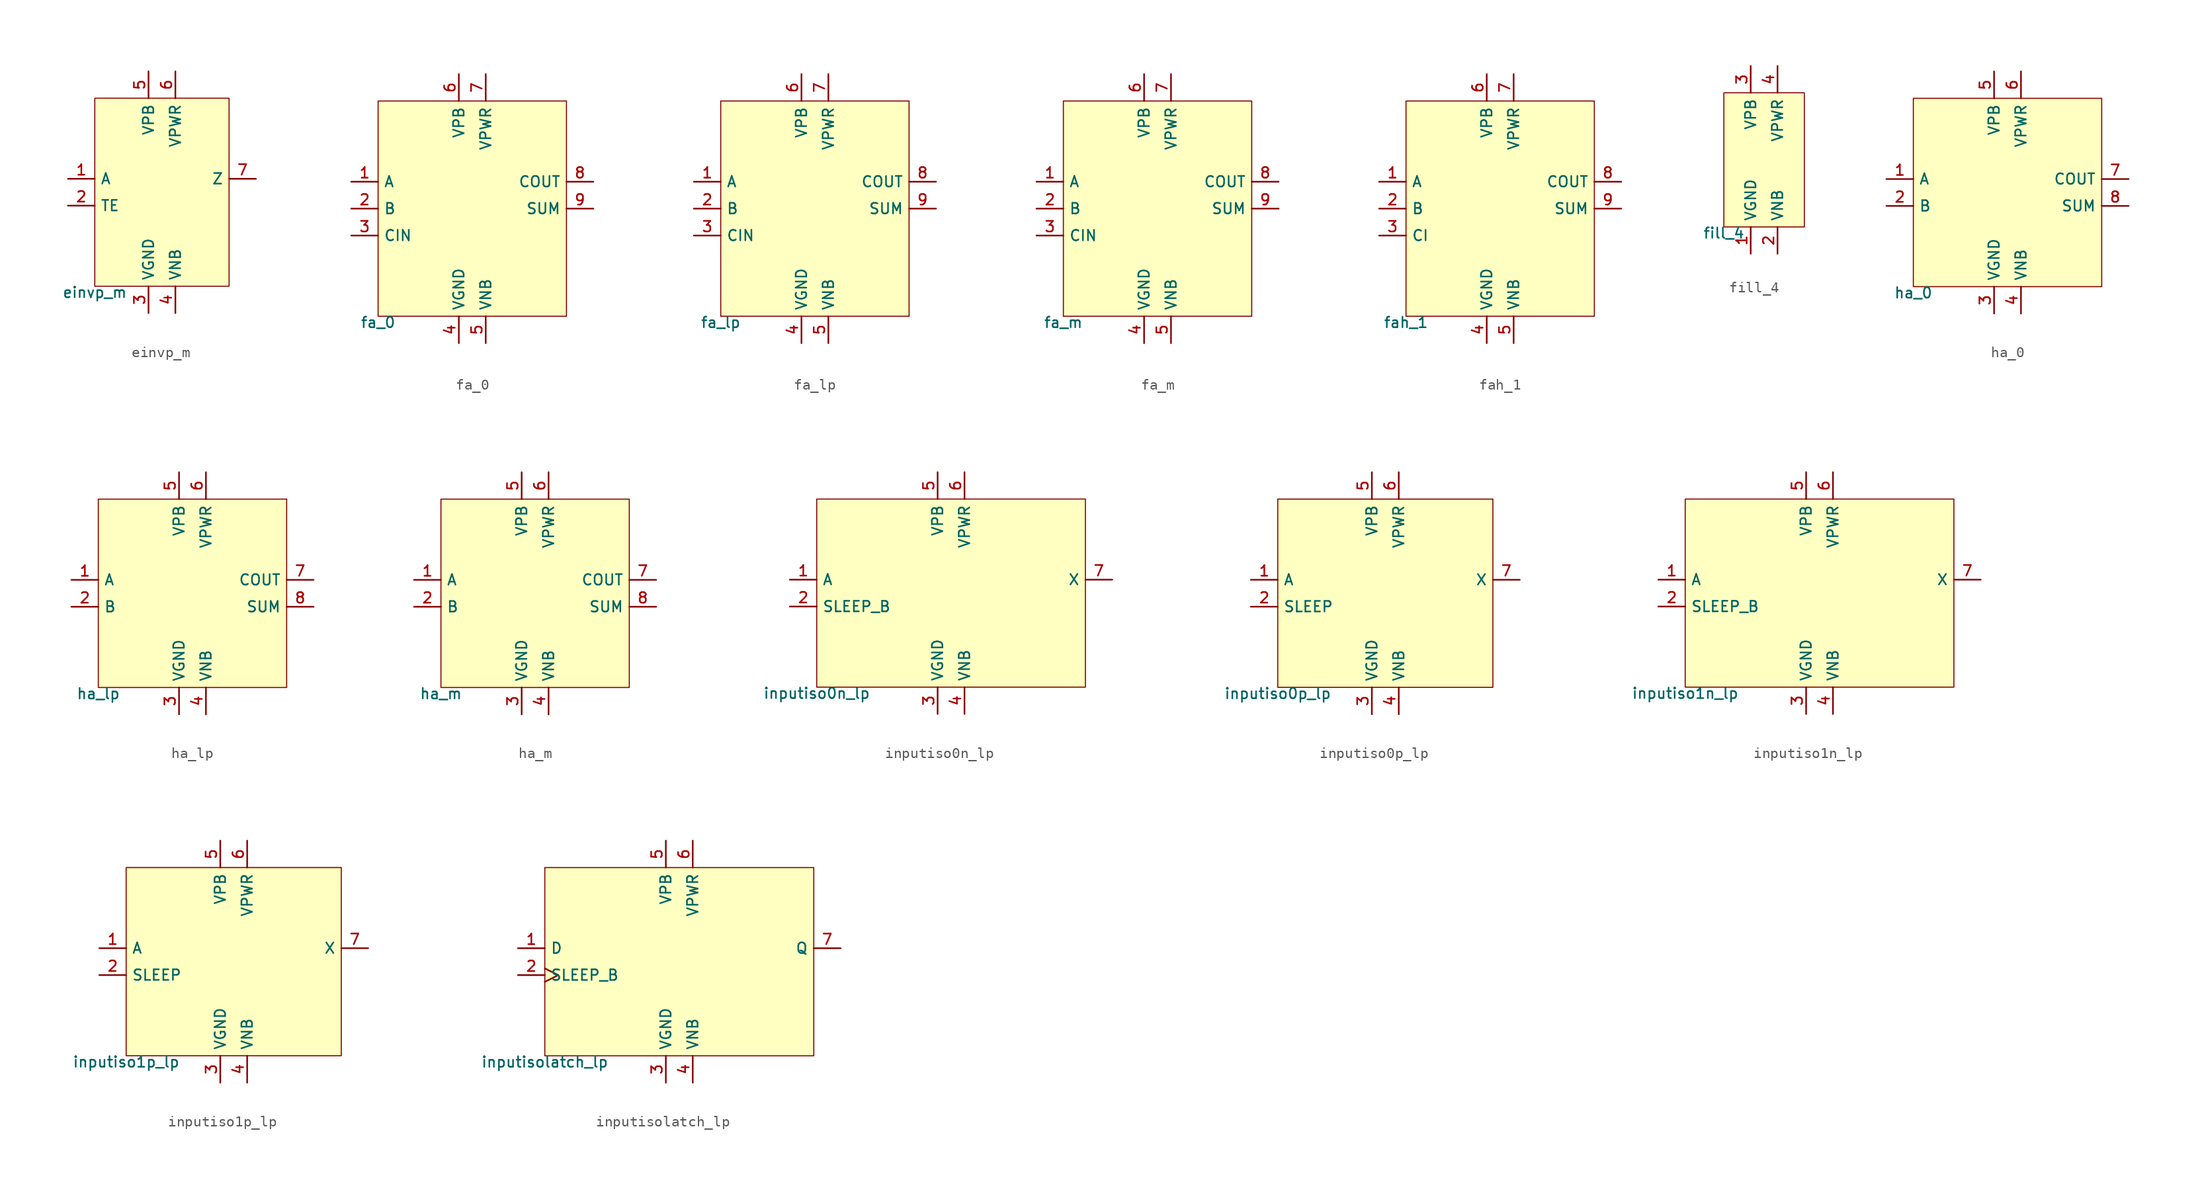
<source format=kicad_sym>
(kicad_symbol_lib
  (version 20211014)
  (generator pdk2kicad)
  (symbol "einvp_m"
    (property "Reference" "X"
      (at 0 0 0)
      (effects (font (size 1 1)) hide))
    (property "Value" "einvp_m"
      (at -6.35 -8.89 0)
      (effects (font (size 1 1)) (justify top)))
    (rectangle
      (start -6.35 -8.89)
      (end 6.35 8.89)
      (stroke (width 0.1) (type solid) (color 0 0 0 0))
      (fill (type background)))
    (pin input line
      (at -8.89 1.27 0)
      (length 2.54)
      (name "A" (effects (font (size 1 1)) hide))
      (number "1" (effects (font (size 1 1)) hide)))
    (pin input line
      (at -8.89 -1.27 0)
      (length 2.54)
      (name "TE" (effects (font (size 1 1)) hide))
      (number "2" (effects (font (size 1 1)) hide)))
    (pin power_in line
      (at -1.27 -11.43 90)
      (length 2.54)
      (name "VGND" (effects (font (size 1 1)) hide))
      (number "3" (effects (font (size 1 1)) hide)))
    (pin power_in line
      (at 1.27 -11.43 90)
      (length 2.54)
      (name "VNB" (effects (font (size 1 1)) hide))
      (number "4" (effects (font (size 1 1)) hide)))
    (pin power_in line
      (at -1.27 11.43 270)
      (length 2.54)
      (name "VPB" (effects (font (size 1 1)) hide))
      (number "5" (effects (font (size 1 1)) hide)))
    (pin power_in line
      (at 1.27 11.43 270)
      (length 2.54)
      (name "VPWR" (effects (font (size 1 1)) hide))
      (number "6" (effects (font (size 1 1)) hide)))
    (pin output line
      (at 8.89 1.27 180)
      (length 2.54)
      (name "Z" (effects (font (size 1 1)) hide))
      (number "7" (effects (font (size 1 1)) hide))))
  (symbol "fa_0"
    (property "Reference" "X"
      (at 0 0 0)
      (effects (font (size 1 1)) hide))
    (property "Value" "fa_0"
      (at -8.89 -10.16 0)
      (effects (font (size 1 1)) (justify top)))
    (rectangle
      (start -8.89 -10.16)
      (end 8.89 10.16)
      (stroke (width 0.1) (type solid) (color 0 0 0 0))
      (fill (type background)))
    (pin input line
      (at -11.43 2.54 0)
      (length 2.54)
      (name "A" (effects (font (size 1 1)) hide))
      (number "1" (effects (font (size 1 1)) hide)))
    (pin input line
      (at -11.43 0.0 0)
      (length 2.54)
      (name "B" (effects (font (size 1 1)) hide))
      (number "2" (effects (font (size 1 1)) hide)))
    (pin input line
      (at -11.43 -2.54 0)
      (length 2.54)
      (name "CIN" (effects (font (size 1 1)) hide))
      (number "3" (effects (font (size 1 1)) hide)))
    (pin power_in line
      (at -1.27 -12.7 90)
      (length 2.54)
      (name "VGND" (effects (font (size 1 1)) hide))
      (number "4" (effects (font (size 1 1)) hide)))
    (pin power_in line
      (at 1.27 -12.7 90)
      (length 2.54)
      (name "VNB" (effects (font (size 1 1)) hide))
      (number "5" (effects (font (size 1 1)) hide)))
    (pin power_in line
      (at -1.27 12.7 270)
      (length 2.54)
      (name "VPB" (effects (font (size 1 1)) hide))
      (number "6" (effects (font (size 1 1)) hide)))
    (pin power_in line
      (at 1.27 12.7 270)
      (length 2.54)
      (name "VPWR" (effects (font (size 1 1)) hide))
      (number "7" (effects (font (size 1 1)) hide)))
    (pin output line
      (at 11.43 2.54 180)
      (length 2.54)
      (name "COUT" (effects (font (size 1 1)) hide))
      (number "8" (effects (font (size 1 1)) hide)))
    (pin output line
      (at 11.43 0.0 180)
      (length 2.54)
      (name "SUM" (effects (font (size 1 1)) hide))
      (number "9" (effects (font (size 1 1)) hide))))
  (symbol "fa_lp"
    (property "Reference" "X"
      (at 0 0 0)
      (effects (font (size 1 1)) hide))
    (property "Value" "fa_lp"
      (at -8.89 -10.16 0)
      (effects (font (size 1 1)) (justify top)))
    (rectangle
      (start -8.89 -10.16)
      (end 8.89 10.16)
      (stroke (width 0.1) (type solid) (color 0 0 0 0))
      (fill (type background)))
    (pin input line
      (at -11.43 2.54 0)
      (length 2.54)
      (name "A" (effects (font (size 1 1)) hide))
      (number "1" (effects (font (size 1 1)) hide)))
    (pin input line
      (at -11.43 0.0 0)
      (length 2.54)
      (name "B" (effects (font (size 1 1)) hide))
      (number "2" (effects (font (size 1 1)) hide)))
    (pin input line
      (at -11.43 -2.54 0)
      (length 2.54)
      (name "CIN" (effects (font (size 1 1)) hide))
      (number "3" (effects (font (size 1 1)) hide)))
    (pin power_in line
      (at -1.27 -12.7 90)
      (length 2.54)
      (name "VGND" (effects (font (size 1 1)) hide))
      (number "4" (effects (font (size 1 1)) hide)))
    (pin power_in line
      (at 1.27 -12.7 90)
      (length 2.54)
      (name "VNB" (effects (font (size 1 1)) hide))
      (number "5" (effects (font (size 1 1)) hide)))
    (pin power_in line
      (at -1.27 12.7 270)
      (length 2.54)
      (name "VPB" (effects (font (size 1 1)) hide))
      (number "6" (effects (font (size 1 1)) hide)))
    (pin power_in line
      (at 1.27 12.7 270)
      (length 2.54)
      (name "VPWR" (effects (font (size 1 1)) hide))
      (number "7" (effects (font (size 1 1)) hide)))
    (pin output line
      (at 11.43 2.54 180)
      (length 2.54)
      (name "COUT" (effects (font (size 1 1)) hide))
      (number "8" (effects (font (size 1 1)) hide)))
    (pin output line
      (at 11.43 0.0 180)
      (length 2.54)
      (name "SUM" (effects (font (size 1 1)) hide))
      (number "9" (effects (font (size 1 1)) hide))))
  (symbol "fa_m"
    (property "Reference" "X"
      (at 0 0 0)
      (effects (font (size 1 1)) hide))
    (property "Value" "fa_m"
      (at -8.89 -10.16 0)
      (effects (font (size 1 1)) (justify top)))
    (rectangle
      (start -8.89 -10.16)
      (end 8.89 10.16)
      (stroke (width 0.1) (type solid) (color 0 0 0 0))
      (fill (type background)))
    (pin input line
      (at -11.43 2.54 0)
      (length 2.54)
      (name "A" (effects (font (size 1 1)) hide))
      (number "1" (effects (font (size 1 1)) hide)))
    (pin input line
      (at -11.43 0.0 0)
      (length 2.54)
      (name "B" (effects (font (size 1 1)) hide))
      (number "2" (effects (font (size 1 1)) hide)))
    (pin input line
      (at -11.43 -2.54 0)
      (length 2.54)
      (name "CIN" (effects (font (size 1 1)) hide))
      (number "3" (effects (font (size 1 1)) hide)))
    (pin power_in line
      (at -1.27 -12.7 90)
      (length 2.54)
      (name "VGND" (effects (font (size 1 1)) hide))
      (number "4" (effects (font (size 1 1)) hide)))
    (pin power_in line
      (at 1.27 -12.7 90)
      (length 2.54)
      (name "VNB" (effects (font (size 1 1)) hide))
      (number "5" (effects (font (size 1 1)) hide)))
    (pin power_in line
      (at -1.27 12.7 270)
      (length 2.54)
      (name "VPB" (effects (font (size 1 1)) hide))
      (number "6" (effects (font (size 1 1)) hide)))
    (pin power_in line
      (at 1.27 12.7 270)
      (length 2.54)
      (name "VPWR" (effects (font (size 1 1)) hide))
      (number "7" (effects (font (size 1 1)) hide)))
    (pin output line
      (at 11.43 2.54 180)
      (length 2.54)
      (name "COUT" (effects (font (size 1 1)) hide))
      (number "8" (effects (font (size 1 1)) hide)))
    (pin output line
      (at 11.43 0.0 180)
      (length 2.54)
      (name "SUM" (effects (font (size 1 1)) hide))
      (number "9" (effects (font (size 1 1)) hide))))
  (symbol "fah_1"
    (property "Reference" "X"
      (at 0 0 0)
      (effects (font (size 1 1)) hide))
    (property "Value" "fah_1"
      (at -8.89 -10.16 0)
      (effects (font (size 1 1)) (justify top)))
    (rectangle
      (start -8.89 -10.16)
      (end 8.89 10.16)
      (stroke (width 0.1) (type solid) (color 0 0 0 0))
      (fill (type background)))
    (pin input line
      (at -11.43 2.54 0)
      (length 2.54)
      (name "A" (effects (font (size 1 1)) hide))
      (number "1" (effects (font (size 1 1)) hide)))
    (pin input line
      (at -11.43 0.0 0)
      (length 2.54)
      (name "B" (effects (font (size 1 1)) hide))
      (number "2" (effects (font (size 1 1)) hide)))
    (pin input line
      (at -11.43 -2.54 0)
      (length 2.54)
      (name "CI" (effects (font (size 1 1)) hide))
      (number "3" (effects (font (size 1 1)) hide)))
    (pin power_in line
      (at -1.27 -12.7 90)
      (length 2.54)
      (name "VGND" (effects (font (size 1 1)) hide))
      (number "4" (effects (font (size 1 1)) hide)))
    (pin power_in line
      (at 1.27 -12.7 90)
      (length 2.54)
      (name "VNB" (effects (font (size 1 1)) hide))
      (number "5" (effects (font (size 1 1)) hide)))
    (pin power_in line
      (at -1.27 12.7 270)
      (length 2.54)
      (name "VPB" (effects (font (size 1 1)) hide))
      (number "6" (effects (font (size 1 1)) hide)))
    (pin power_in line
      (at 1.27 12.7 270)
      (length 2.54)
      (name "VPWR" (effects (font (size 1 1)) hide))
      (number "7" (effects (font (size 1 1)) hide)))
    (pin output line
      (at 11.43 2.54 180)
      (length 2.54)
      (name "COUT" (effects (font (size 1 1)) hide))
      (number "8" (effects (font (size 1 1)) hide)))
    (pin output line
      (at 11.43 0.0 180)
      (length 2.54)
      (name "SUM" (effects (font (size 1 1)) hide))
      (number "9" (effects (font (size 1 1)) hide))))
  (symbol "fill_4"
    (property "Reference" "X"
      (at 0 0 0)
      (effects (font (size 1 1)) hide))
    (property "Value" "fill_4"
      (at -3.81 -6.35 0)
      (effects (font (size 1 1)) (justify top)))
    (rectangle
      (start -3.81 -6.35)
      (end 3.81 6.35)
      (stroke (width 0.1) (type solid) (color 0 0 0 0))
      (fill (type background)))
    (pin power_in line
      (at -1.27 -8.89 90)
      (length 2.54)
      (name "VGND" (effects (font (size 1 1)) hide))
      (number "1" (effects (font (size 1 1)) hide)))
    (pin power_in line
      (at 1.27 -8.89 90)
      (length 2.54)
      (name "VNB" (effects (font (size 1 1)) hide))
      (number "2" (effects (font (size 1 1)) hide)))
    (pin power_in line
      (at -1.27 8.89 270)
      (length 2.54)
      (name "VPB" (effects (font (size 1 1)) hide))
      (number "3" (effects (font (size 1 1)) hide)))
    (pin power_in line
      (at 1.27 8.89 270)
      (length 2.54)
      (name "VPWR" (effects (font (size 1 1)) hide))
      (number "4" (effects (font (size 1 1)) hide))))
  (symbol "ha_0"
    (property "Reference" "X"
      (at 0 0 0)
      (effects (font (size 1 1)) hide))
    (property "Value" "ha_0"
      (at -8.89 -8.89 0)
      (effects (font (size 1 1)) (justify top)))
    (rectangle
      (start -8.89 -8.89)
      (end 8.89 8.89)
      (stroke (width 0.1) (type solid) (color 0 0 0 0))
      (fill (type background)))
    (pin input line
      (at -11.43 1.27 0)
      (length 2.54)
      (name "A" (effects (font (size 1 1)) hide))
      (number "1" (effects (font (size 1 1)) hide)))
    (pin input line
      (at -11.43 -1.27 0)
      (length 2.54)
      (name "B" (effects (font (size 1 1)) hide))
      (number "2" (effects (font (size 1 1)) hide)))
    (pin power_in line
      (at -1.27 -11.43 90)
      (length 2.54)
      (name "VGND" (effects (font (size 1 1)) hide))
      (number "3" (effects (font (size 1 1)) hide)))
    (pin power_in line
      (at 1.27 -11.43 90)
      (length 2.54)
      (name "VNB" (effects (font (size 1 1)) hide))
      (number "4" (effects (font (size 1 1)) hide)))
    (pin power_in line
      (at -1.27 11.43 270)
      (length 2.54)
      (name "VPB" (effects (font (size 1 1)) hide))
      (number "5" (effects (font (size 1 1)) hide)))
    (pin power_in line
      (at 1.27 11.43 270)
      (length 2.54)
      (name "VPWR" (effects (font (size 1 1)) hide))
      (number "6" (effects (font (size 1 1)) hide)))
    (pin output line
      (at 11.43 1.27 180)
      (length 2.54)
      (name "COUT" (effects (font (size 1 1)) hide))
      (number "7" (effects (font (size 1 1)) hide)))
    (pin output line
      (at 11.43 -1.27 180)
      (length 2.54)
      (name "SUM" (effects (font (size 1 1)) hide))
      (number "8" (effects (font (size 1 1)) hide))))
  (symbol "ha_lp"
    (property "Reference" "X"
      (at 0 0 0)
      (effects (font (size 1 1)) hide))
    (property "Value" "ha_lp"
      (at -8.89 -8.89 0)
      (effects (font (size 1 1)) (justify top)))
    (rectangle
      (start -8.89 -8.89)
      (end 8.89 8.89)
      (stroke (width 0.1) (type solid) (color 0 0 0 0))
      (fill (type background)))
    (pin input line
      (at -11.43 1.27 0)
      (length 2.54)
      (name "A" (effects (font (size 1 1)) hide))
      (number "1" (effects (font (size 1 1)) hide)))
    (pin input line
      (at -11.43 -1.27 0)
      (length 2.54)
      (name "B" (effects (font (size 1 1)) hide))
      (number "2" (effects (font (size 1 1)) hide)))
    (pin power_in line
      (at -1.27 -11.43 90)
      (length 2.54)
      (name "VGND" (effects (font (size 1 1)) hide))
      (number "3" (effects (font (size 1 1)) hide)))
    (pin power_in line
      (at 1.27 -11.43 90)
      (length 2.54)
      (name "VNB" (effects (font (size 1 1)) hide))
      (number "4" (effects (font (size 1 1)) hide)))
    (pin power_in line
      (at -1.27 11.43 270)
      (length 2.54)
      (name "VPB" (effects (font (size 1 1)) hide))
      (number "5" (effects (font (size 1 1)) hide)))
    (pin power_in line
      (at 1.27 11.43 270)
      (length 2.54)
      (name "VPWR" (effects (font (size 1 1)) hide))
      (number "6" (effects (font (size 1 1)) hide)))
    (pin output line
      (at 11.43 1.27 180)
      (length 2.54)
      (name "COUT" (effects (font (size 1 1)) hide))
      (number "7" (effects (font (size 1 1)) hide)))
    (pin output line
      (at 11.43 -1.27 180)
      (length 2.54)
      (name "SUM" (effects (font (size 1 1)) hide))
      (number "8" (effects (font (size 1 1)) hide))))
  (symbol "ha_m"
    (property "Reference" "X"
      (at 0 0 0)
      (effects (font (size 1 1)) hide))
    (property "Value" "ha_m"
      (at -8.89 -8.89 0)
      (effects (font (size 1 1)) (justify top)))
    (rectangle
      (start -8.89 -8.89)
      (end 8.89 8.89)
      (stroke (width 0.1) (type solid) (color 0 0 0 0))
      (fill (type background)))
    (pin input line
      (at -11.43 1.27 0)
      (length 2.54)
      (name "A" (effects (font (size 1 1)) hide))
      (number "1" (effects (font (size 1 1)) hide)))
    (pin input line
      (at -11.43 -1.27 0)
      (length 2.54)
      (name "B" (effects (font (size 1 1)) hide))
      (number "2" (effects (font (size 1 1)) hide)))
    (pin power_in line
      (at -1.27 -11.43 90)
      (length 2.54)
      (name "VGND" (effects (font (size 1 1)) hide))
      (number "3" (effects (font (size 1 1)) hide)))
    (pin power_in line
      (at 1.27 -11.43 90)
      (length 2.54)
      (name "VNB" (effects (font (size 1 1)) hide))
      (number "4" (effects (font (size 1 1)) hide)))
    (pin power_in line
      (at -1.27 11.43 270)
      (length 2.54)
      (name "VPB" (effects (font (size 1 1)) hide))
      (number "5" (effects (font (size 1 1)) hide)))
    (pin power_in line
      (at 1.27 11.43 270)
      (length 2.54)
      (name "VPWR" (effects (font (size 1 1)) hide))
      (number "6" (effects (font (size 1 1)) hide)))
    (pin output line
      (at 11.43 1.27 180)
      (length 2.54)
      (name "COUT" (effects (font (size 1 1)) hide))
      (number "7" (effects (font (size 1 1)) hide)))
    (pin output line
      (at 11.43 -1.27 180)
      (length 2.54)
      (name "SUM" (effects (font (size 1 1)) hide))
      (number "8" (effects (font (size 1 1)) hide))))
  (symbol "inputiso0n_lp"
    (property "Reference" "X"
      (at 0 0 0)
      (effects (font (size 1 1)) hide))
    (property "Value" "inputiso0n_lp"
      (at -12.7 -8.89 0)
      (effects (font (size 1 1)) (justify top)))
    (rectangle
      (start -12.7 -8.89)
      (end 12.7 8.89)
      (stroke (width 0.1) (type solid) (color 0 0 0 0))
      (fill (type background)))
    (pin input line
      (at -15.24 1.27 0)
      (length 2.54)
      (name "A" (effects (font (size 1 1)) hide))
      (number "1" (effects (font (size 1 1)) hide)))
    (pin input line
      (at -15.24 -1.27 0)
      (length 2.54)
      (name "SLEEP_B" (effects (font (size 1 1)) hide))
      (number "2" (effects (font (size 1 1)) hide)))
    (pin power_in line
      (at -1.27 -11.43 90)
      (length 2.54)
      (name "VGND" (effects (font (size 1 1)) hide))
      (number "3" (effects (font (size 1 1)) hide)))
    (pin power_in line
      (at 1.27 -11.43 90)
      (length 2.54)
      (name "VNB" (effects (font (size 1 1)) hide))
      (number "4" (effects (font (size 1 1)) hide)))
    (pin power_in line
      (at -1.27 11.43 270)
      (length 2.54)
      (name "VPB" (effects (font (size 1 1)) hide))
      (number "5" (effects (font (size 1 1)) hide)))
    (pin power_in line
      (at 1.27 11.43 270)
      (length 2.54)
      (name "VPWR" (effects (font (size 1 1)) hide))
      (number "6" (effects (font (size 1 1)) hide)))
    (pin output line
      (at 15.24 1.27 180)
      (length 2.54)
      (name "X" (effects (font (size 1 1)) hide))
      (number "7" (effects (font (size 1 1)) hide))))
  (symbol "inputiso0p_lp"
    (property "Reference" "X"
      (at 0 0 0)
      (effects (font (size 1 1)) hide))
    (property "Value" "inputiso0p_lp"
      (at -10.16 -8.89 0)
      (effects (font (size 1 1)) (justify top)))
    (rectangle
      (start -10.16 -8.89)
      (end 10.16 8.89)
      (stroke (width 0.1) (type solid) (color 0 0 0 0))
      (fill (type background)))
    (pin input line
      (at -12.7 1.27 0)
      (length 2.54)
      (name "A" (effects (font (size 1 1)) hide))
      (number "1" (effects (font (size 1 1)) hide)))
    (pin input line
      (at -12.7 -1.27 0)
      (length 2.54)
      (name "SLEEP" (effects (font (size 1 1)) hide))
      (number "2" (effects (font (size 1 1)) hide)))
    (pin power_in line
      (at -1.27 -11.43 90)
      (length 2.54)
      (name "VGND" (effects (font (size 1 1)) hide))
      (number "3" (effects (font (size 1 1)) hide)))
    (pin power_in line
      (at 1.27 -11.43 90)
      (length 2.54)
      (name "VNB" (effects (font (size 1 1)) hide))
      (number "4" (effects (font (size 1 1)) hide)))
    (pin power_in line
      (at -1.27 11.43 270)
      (length 2.54)
      (name "VPB" (effects (font (size 1 1)) hide))
      (number "5" (effects (font (size 1 1)) hide)))
    (pin power_in line
      (at 1.27 11.43 270)
      (length 2.54)
      (name "VPWR" (effects (font (size 1 1)) hide))
      (number "6" (effects (font (size 1 1)) hide)))
    (pin output line
      (at 12.7 1.27 180)
      (length 2.54)
      (name "X" (effects (font (size 1 1)) hide))
      (number "7" (effects (font (size 1 1)) hide))))
  (symbol "inputiso1n_lp"
    (property "Reference" "X"
      (at 0 0 0)
      (effects (font (size 1 1)) hide))
    (property "Value" "inputiso1n_lp"
      (at -12.7 -8.89 0)
      (effects (font (size 1 1)) (justify top)))
    (rectangle
      (start -12.7 -8.89)
      (end 12.7 8.89)
      (stroke (width 0.1) (type solid) (color 0 0 0 0))
      (fill (type background)))
    (pin input line
      (at -15.24 1.27 0)
      (length 2.54)
      (name "A" (effects (font (size 1 1)) hide))
      (number "1" (effects (font (size 1 1)) hide)))
    (pin input line
      (at -15.24 -1.27 0)
      (length 2.54)
      (name "SLEEP_B" (effects (font (size 1 1)) hide))
      (number "2" (effects (font (size 1 1)) hide)))
    (pin power_in line
      (at -1.27 -11.43 90)
      (length 2.54)
      (name "VGND" (effects (font (size 1 1)) hide))
      (number "3" (effects (font (size 1 1)) hide)))
    (pin power_in line
      (at 1.27 -11.43 90)
      (length 2.54)
      (name "VNB" (effects (font (size 1 1)) hide))
      (number "4" (effects (font (size 1 1)) hide)))
    (pin power_in line
      (at -1.27 11.43 270)
      (length 2.54)
      (name "VPB" (effects (font (size 1 1)) hide))
      (number "5" (effects (font (size 1 1)) hide)))
    (pin power_in line
      (at 1.27 11.43 270)
      (length 2.54)
      (name "VPWR" (effects (font (size 1 1)) hide))
      (number "6" (effects (font (size 1 1)) hide)))
    (pin output line
      (at 15.24 1.27 180)
      (length 2.54)
      (name "X" (effects (font (size 1 1)) hide))
      (number "7" (effects (font (size 1 1)) hide))))
  (symbol "inputiso1p_lp"
    (property "Reference" "X"
      (at 0 0 0)
      (effects (font (size 1 1)) hide))
    (property "Value" "inputiso1p_lp"
      (at -10.16 -8.89 0)
      (effects (font (size 1 1)) (justify top)))
    (rectangle
      (start -10.16 -8.89)
      (end 10.16 8.89)
      (stroke (width 0.1) (type solid) (color 0 0 0 0))
      (fill (type background)))
    (pin input line
      (at -12.7 1.27 0)
      (length 2.54)
      (name "A" (effects (font (size 1 1)) hide))
      (number "1" (effects (font (size 1 1)) hide)))
    (pin input line
      (at -12.7 -1.27 0)
      (length 2.54)
      (name "SLEEP" (effects (font (size 1 1)) hide))
      (number "2" (effects (font (size 1 1)) hide)))
    (pin power_in line
      (at -1.27 -11.43 90)
      (length 2.54)
      (name "VGND" (effects (font (size 1 1)) hide))
      (number "3" (effects (font (size 1 1)) hide)))
    (pin power_in line
      (at 1.27 -11.43 90)
      (length 2.54)
      (name "VNB" (effects (font (size 1 1)) hide))
      (number "4" (effects (font (size 1 1)) hide)))
    (pin power_in line
      (at -1.27 11.43 270)
      (length 2.54)
      (name "VPB" (effects (font (size 1 1)) hide))
      (number "5" (effects (font (size 1 1)) hide)))
    (pin power_in line
      (at 1.27 11.43 270)
      (length 2.54)
      (name "VPWR" (effects (font (size 1 1)) hide))
      (number "6" (effects (font (size 1 1)) hide)))
    (pin output line
      (at 12.7 1.27 180)
      (length 2.54)
      (name "X" (effects (font (size 1 1)) hide))
      (number "7" (effects (font (size 1 1)) hide))))
  (symbol "inputisolatch_lp"
    (property "Reference" "X"
      (at 0 0 0)
      (effects (font (size 1 1)) hide))
    (property "Value" "inputisolatch_lp"
      (at -12.7 -8.89 0)
      (effects (font (size 1 1)) (justify top)))
    (rectangle
      (start -12.7 -8.89)
      (end 12.7 8.89)
      (stroke (width 0.1) (type solid) (color 0 0 0 0))
      (fill (type background)))
    (pin input line
      (at -15.24 1.27 0)
      (length 2.54)
      (name "D" (effects (font (size 1 1)) hide))
      (number "1" (effects (font (size 1 1)) hide)))
    (pin input clock
      (at -15.24 -1.27 0)
      (length 2.54)
      (name "SLEEP_B" (effects (font (size 1 1)) hide))
      (number "2" (effects (font (size 1 1)) hide)))
    (pin power_in line
      (at -1.27 -11.43 90)
      (length 2.54)
      (name "VGND" (effects (font (size 1 1)) hide))
      (number "3" (effects (font (size 1 1)) hide)))
    (pin power_in line
      (at 1.27 -11.43 90)
      (length 2.54)
      (name "VNB" (effects (font (size 1 1)) hide))
      (number "4" (effects (font (size 1 1)) hide)))
    (pin power_in line
      (at -1.27 11.43 270)
      (length 2.54)
      (name "VPB" (effects (font (size 1 1)) hide))
      (number "5" (effects (font (size 1 1)) hide)))
    (pin power_in line
      (at 1.27 11.43 270)
      (length 2.54)
      (name "VPWR" (effects (font (size 1 1)) hide))
      (number "6" (effects (font (size 1 1)) hide)))
    (pin output line
      (at 15.24 1.27 180)
      (length 2.54)
      (name "Q" (effects (font (size 1 1)) hide))
      (number "7" (effects (font (size 1 1)) hide)))))
</source>
